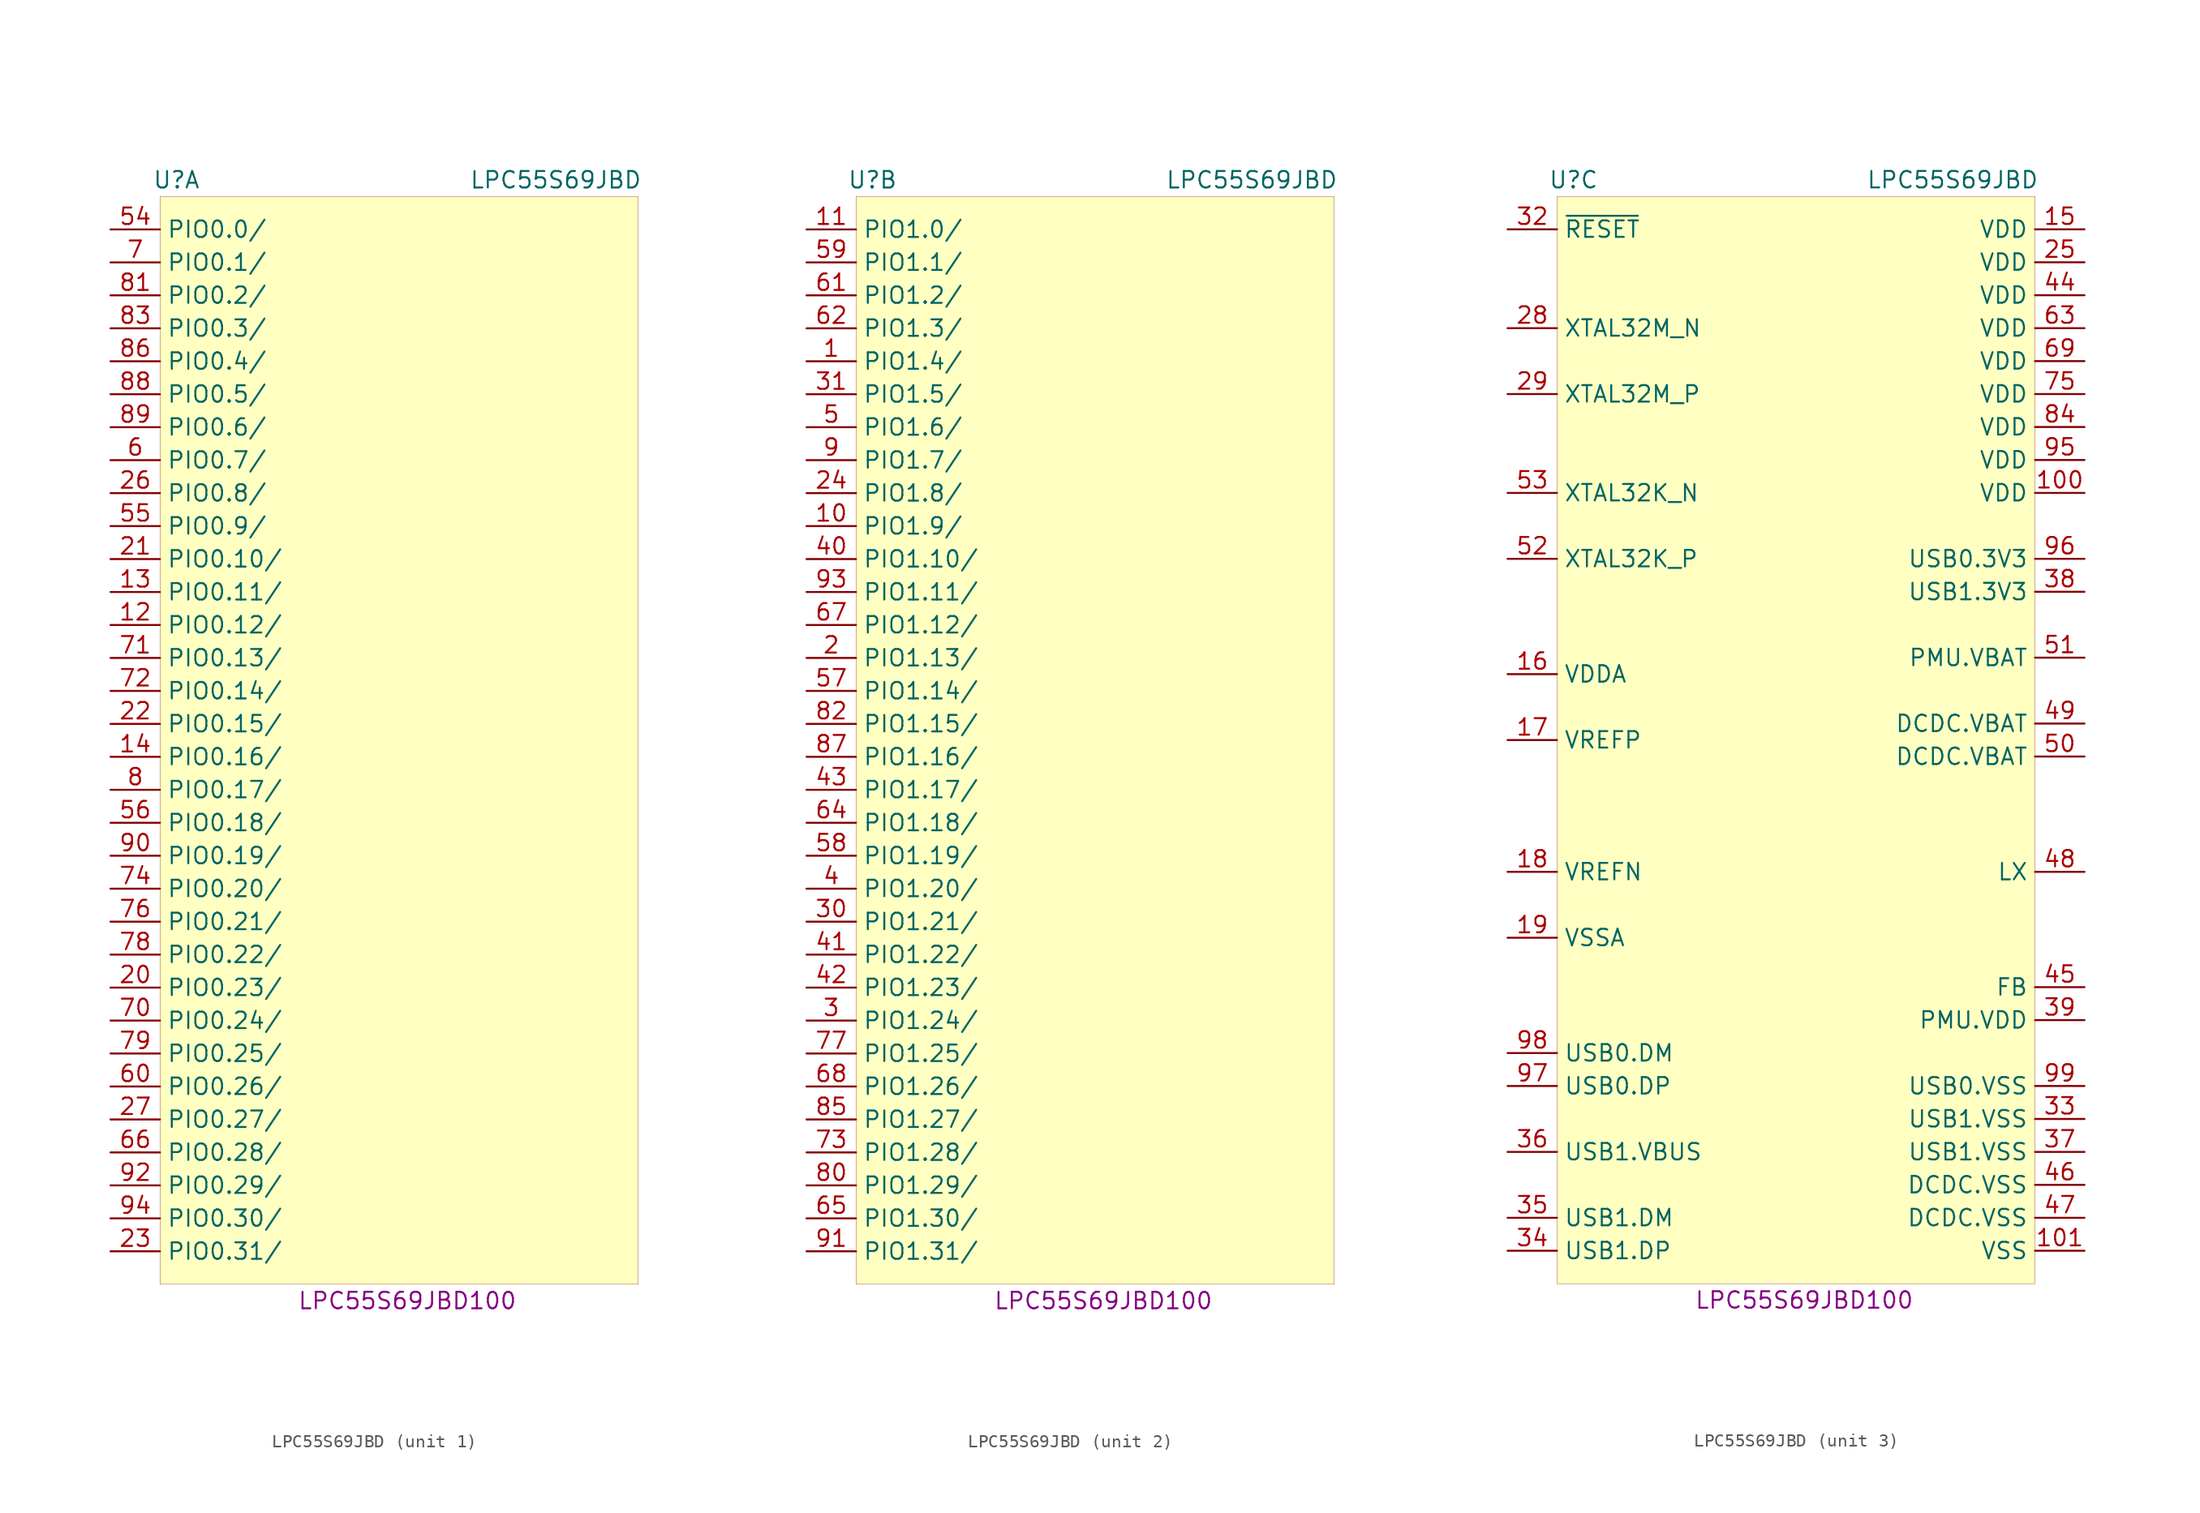
<source format=kicad_sym>
(kicad_symbol_lib
  (version 20231120)
  (generator "kicad_symbol_editor")
  (generator_version "8.0")
  (symbol "LPC55S69JBD"
    (property "Reference" "U"
      (at -17.78 43.18 0)
      (effects (font (size 1.27 1.27))))
    (property "Value" "LPC55S69JBD"
      (at 11.43 43.18 0)
      (effects (font (size 1.27 1.27))))
    (property "MPN" "LPC55S69JBD100"
      (at 0 -43.18 0)
      (effects (font (size 1.27 1.27))))
    (property "ki_locked" ""
      (at 0 0 0)
      (effects (font (size 1.27 1.27))))
    (symbol "LPC55S69JBD_1_1"
      (rectangle (start -19.05 41.91) (end 17.78 -41.91) (stroke (width 0.001) (type default)) (fill (type background)))
      (pin bidirectional line (at -22.86 8.89 0) (length 3.81) (name "PIO0.12/" (effects (font (size 1.27 1.27)))) (number "12" (effects (font (size 1.27 1.27)))))
      (pin bidirectional line (at -22.86 11.43 0) (length 3.81) (name "PIO0.11/" (effects (font (size 1.27 1.27)))) (number "13" (effects (font (size 1.27 1.27)))))
      (pin bidirectional line (at -22.86 -1.27 0) (length 3.81) (name "PIO0.16/" (effects (font (size 1.27 1.27)))) (number "14" (effects (font (size 1.27 1.27)))))
      (pin bidirectional line (at -22.86 -19.05 0) (length 3.81) (name "PIO0.23/" (effects (font (size 1.27 1.27)))) (number "20" (effects (font (size 1.27 1.27)))))
      (pin bidirectional line (at -22.86 13.97 0) (length 3.81) (name "PIO0.10/" (effects (font (size 1.27 1.27)))) (number "21" (effects (font (size 1.27 1.27)))))
      (pin bidirectional line (at -22.86 1.27 0) (length 3.81) (name "PIO0.15/" (effects (font (size 1.27 1.27)))) (number "22" (effects (font (size 1.27 1.27)))))
      (pin bidirectional line (at -22.86 -39.37 0) (length 3.81) (name "PIO0.31/" (effects (font (size 1.27 1.27)))) (number "23" (effects (font (size 1.27 1.27)))))
      (pin bidirectional line (at -22.86 19.05 0) (length 3.81) (name "PIO0.8/" (effects (font (size 1.27 1.27)))) (number "26" (effects (font (size 1.27 1.27)))))
      (pin bidirectional line (at -22.86 -29.21 0) (length 3.81) (name "PIO0.27/" (effects (font (size 1.27 1.27)))) (number "27" (effects (font (size 1.27 1.27)))))
      (pin bidirectional line (at -22.86 39.37 0) (length 3.81) (name "PIO0.0/" (effects (font (size 1.27 1.27)))) (number "54" (effects (font (size 1.27 1.27)))))
      (pin bidirectional line (at -22.86 16.51 0) (length 3.81) (name "PIO0.9/" (effects (font (size 1.27 1.27)))) (number "55" (effects (font (size 1.27 1.27)))))
      (pin bidirectional line (at -22.86 -6.35 0) (length 3.81) (name "PIO0.18/" (effects (font (size 1.27 1.27)))) (number "56" (effects (font (size 1.27 1.27)))))
      (pin bidirectional line (at -22.86 21.59 0) (length 3.81) (name "PIO0.7/" (effects (font (size 1.27 1.27)))) (number "6" (effects (font (size 1.27 1.27)))))
      (pin bidirectional line (at -22.86 -26.67 0) (length 3.81) (name "PIO0.26/" (effects (font (size 1.27 1.27)))) (number "60" (effects (font (size 1.27 1.27)))))
      (pin bidirectional line (at -22.86 -31.75 0) (length 3.81) (name "PIO0.28/" (effects (font (size 1.27 1.27)))) (number "66" (effects (font (size 1.27 1.27)))))
      (pin bidirectional line (at -22.86 36.83 0) (length 3.81) (name "PIO0.1/" (effects (font (size 1.27 1.27)))) (number "7" (effects (font (size 1.27 1.27)))))
      (pin bidirectional line (at -22.86 -21.59 0) (length 3.81) (name "PIO0.24/" (effects (font (size 1.27 1.27)))) (number "70" (effects (font (size 1.27 1.27)))))
      (pin bidirectional line (at -22.86 6.35 0) (length 3.81) (name "PIO0.13/" (effects (font (size 1.27 1.27)))) (number "71" (effects (font (size 1.27 1.27)))))
      (pin bidirectional line (at -22.86 3.81 0) (length 3.81) (name "PIO0.14/" (effects (font (size 1.27 1.27)))) (number "72" (effects (font (size 1.27 1.27)))))
      (pin bidirectional line (at -22.86 -11.43 0) (length 3.81) (name "PIO0.20/" (effects (font (size 1.27 1.27)))) (number "74" (effects (font (size 1.27 1.27)))))
      (pin bidirectional line (at -22.86 -13.97 0) (length 3.81) (name "PIO0.21/" (effects (font (size 1.27 1.27)))) (number "76" (effects (font (size 1.27 1.27)))))
      (pin bidirectional line (at -22.86 -16.51 0) (length 3.81) (name "PIO0.22/" (effects (font (size 1.27 1.27)))) (number "78" (effects (font (size 1.27 1.27)))))
      (pin bidirectional line (at -22.86 -24.13 0) (length 3.81) (name "PIO0.25/" (effects (font (size 1.27 1.27)))) (number "79" (effects (font (size 1.27 1.27)))))
      (pin bidirectional line (at -22.86 -3.81 0) (length 3.81) (name "PIO0.17/" (effects (font (size 1.27 1.27)))) (number "8" (effects (font (size 1.27 1.27)))))
      (pin bidirectional line (at -22.86 34.29 0) (length 3.81) (name "PIO0.2/" (effects (font (size 1.27 1.27)))) (number "81" (effects (font (size 1.27 1.27)))))
      (pin bidirectional line (at -22.86 31.75 0) (length 3.81) (name "PIO0.3/" (effects (font (size 1.27 1.27)))) (number "83" (effects (font (size 1.27 1.27)))))
      (pin bidirectional line (at -22.86 29.21 0) (length 3.81) (name "PIO0.4/" (effects (font (size 1.27 1.27)))) (number "86" (effects (font (size 1.27 1.27)))))
      (pin bidirectional line (at -22.86 26.67 0) (length 3.81) (name "PIO0.5/" (effects (font (size 1.27 1.27)))) (number "88" (effects (font (size 1.27 1.27)))))
      (pin bidirectional line (at -22.86 24.13 0) (length 3.81) (name "PIO0.6/" (effects (font (size 1.27 1.27)))) (number "89" (effects (font (size 1.27 1.27)))))
      (pin bidirectional line (at -22.86 -8.89 0) (length 3.81) (name "PIO0.19/" (effects (font (size 1.27 1.27)))) (number "90" (effects (font (size 1.27 1.27)))))
      (pin bidirectional line (at -22.86 -34.29 0) (length 3.81) (name "PIO0.29/" (effects (font (size 1.27 1.27)))) (number "92" (effects (font (size 1.27 1.27)))))
      (pin bidirectional line (at -22.86 -36.83 0) (length 3.81) (name "PIO0.30/" (effects (font (size 1.27 1.27)))) (number "94" (effects (font (size 1.27 1.27))))))
    (symbol "LPC55S69JBD_2_1"
      (rectangle (start -19.05 41.91) (end 17.78 -41.91) (stroke (width 0.001) (type default)) (fill (type background)))
      (pin bidirectional line (at -22.86 29.21 0) (length 3.81) (name "PIO1.4/" (effects (font (size 1.27 1.27)))) (number "1" (effects (font (size 1.27 1.27)))))
      (pin bidirectional line (at -22.86 16.51 0) (length 3.81) (name "PIO1.9/" (effects (font (size 1.27 1.27)))) (number "10" (effects (font (size 1.27 1.27)))))
      (pin bidirectional line (at -22.86 39.37 0) (length 3.81) (name "PIO1.0/" (effects (font (size 1.27 1.27)))) (number "11" (effects (font (size 1.27 1.27)))))
      (pin bidirectional line (at -22.86 6.35 0) (length 3.81) (name "PIO1.13/" (effects (font (size 1.27 1.27)))) (number "2" (effects (font (size 1.27 1.27)))))
      (pin bidirectional line (at -22.86 19.05 0) (length 3.81) (name "PIO1.8/" (effects (font (size 1.27 1.27)))) (number "24" (effects (font (size 1.27 1.27)))))
      (pin bidirectional line (at -22.86 -21.59 0) (length 3.81) (name "PIO1.24/" (effects (font (size 1.27 1.27)))) (number "3" (effects (font (size 1.27 1.27)))))
      (pin bidirectional line (at -22.86 -13.97 0) (length 3.81) (name "PIO1.21/" (effects (font (size 1.27 1.27)))) (number "30" (effects (font (size 1.27 1.27)))))
      (pin bidirectional line (at -22.86 26.67 0) (length 3.81) (name "PIO1.5/" (effects (font (size 1.27 1.27)))) (number "31" (effects (font (size 1.27 1.27)))))
      (pin bidirectional line (at -22.86 -11.43 0) (length 3.81) (name "PIO1.20/" (effects (font (size 1.27 1.27)))) (number "4" (effects (font (size 1.27 1.27)))))
      (pin bidirectional line (at -22.86 13.97 0) (length 3.81) (name "PIO1.10/" (effects (font (size 1.27 1.27)))) (number "40" (effects (font (size 1.27 1.27)))))
      (pin bidirectional line (at -22.86 -16.51 0) (length 3.81) (name "PIO1.22/" (effects (font (size 1.27 1.27)))) (number "41" (effects (font (size 1.27 1.27)))))
      (pin bidirectional line (at -22.86 -19.05 0) (length 3.81) (name "PIO1.23/" (effects (font (size 1.27 1.27)))) (number "42" (effects (font (size 1.27 1.27)))))
      (pin bidirectional line (at -22.86 -3.81 0) (length 3.81) (name "PIO1.17/" (effects (font (size 1.27 1.27)))) (number "43" (effects (font (size 1.27 1.27)))))
      (pin bidirectional line (at -22.86 24.13 0) (length 3.81) (name "PIO1.6/" (effects (font (size 1.27 1.27)))) (number "5" (effects (font (size 1.27 1.27)))))
      (pin bidirectional line (at -22.86 3.81 0) (length 3.81) (name "PIO1.14/" (effects (font (size 1.27 1.27)))) (number "57" (effects (font (size 1.27 1.27)))))
      (pin bidirectional line (at -22.86 -8.89 0) (length 3.81) (name "PIO1.19/" (effects (font (size 1.27 1.27)))) (number "58" (effects (font (size 1.27 1.27)))))
      (pin bidirectional line (at -22.86 36.83 0) (length 3.81) (name "PIO1.1/" (effects (font (size 1.27 1.27)))) (number "59" (effects (font (size 1.27 1.27)))))
      (pin bidirectional line (at -22.86 34.29 0) (length 3.81) (name "PIO1.2/" (effects (font (size 1.27 1.27)))) (number "61" (effects (font (size 1.27 1.27)))))
      (pin bidirectional line (at -22.86 31.75 0) (length 3.81) (name "PIO1.3/" (effects (font (size 1.27 1.27)))) (number "62" (effects (font (size 1.27 1.27)))))
      (pin bidirectional line (at -22.86 -6.35 0) (length 3.81) (name "PIO1.18/" (effects (font (size 1.27 1.27)))) (number "64" (effects (font (size 1.27 1.27)))))
      (pin bidirectional line (at -22.86 -36.83 0) (length 3.81) (name "PIO1.30/" (effects (font (size 1.27 1.27)))) (number "65" (effects (font (size 1.27 1.27)))))
      (pin bidirectional line (at -22.86 8.89 0) (length 3.81) (name "PIO1.12/" (effects (font (size 1.27 1.27)))) (number "67" (effects (font (size 1.27 1.27)))))
      (pin bidirectional line (at -22.86 -26.67 0) (length 3.81) (name "PIO1.26/" (effects (font (size 1.27 1.27)))) (number "68" (effects (font (size 1.27 1.27)))))
      (pin bidirectional line (at -22.86 -31.75 0) (length 3.81) (name "PIO1.28/" (effects (font (size 1.27 1.27)))) (number "73" (effects (font (size 1.27 1.27)))))
      (pin bidirectional line (at -22.86 -24.13 0) (length 3.81) (name "PIO1.25/" (effects (font (size 1.27 1.27)))) (number "77" (effects (font (size 1.27 1.27)))))
      (pin bidirectional line (at -22.86 -34.29 0) (length 3.81) (name "PIO1.29/" (effects (font (size 1.27 1.27)))) (number "80" (effects (font (size 1.27 1.27)))))
      (pin bidirectional line (at -22.86 1.27 0) (length 3.81) (name "PIO1.15/" (effects (font (size 1.27 1.27)))) (number "82" (effects (font (size 1.27 1.27)))))
      (pin bidirectional line (at -22.86 -29.21 0) (length 3.81) (name "PIO1.27/" (effects (font (size 1.27 1.27)))) (number "85" (effects (font (size 1.27 1.27)))))
      (pin bidirectional line (at -22.86 -1.27 0) (length 3.81) (name "PIO1.16/" (effects (font (size 1.27 1.27)))) (number "87" (effects (font (size 1.27 1.27)))))
      (pin bidirectional line (at -22.86 21.59 0) (length 3.81) (name "PIO1.7/" (effects (font (size 1.27 1.27)))) (number "9" (effects (font (size 1.27 1.27)))))
      (pin bidirectional line (at -22.86 -39.37 0) (length 3.81) (name "PIO1.31/" (effects (font (size 1.27 1.27)))) (number "91" (effects (font (size 1.27 1.27)))))
      (pin bidirectional line (at -22.86 11.43 0) (length 3.81) (name "PIO1.11/" (effects (font (size 1.27 1.27)))) (number "93" (effects (font (size 1.27 1.27))))))
    (symbol "LPC55S69JBD_3_1"
      (rectangle (start -19.05 41.91) (end 17.78 -41.91) (stroke (width 0.001) (type default)) (fill (type background)))
      (pin power_in line (at 21.59 19.05 180) (length 3.81) (name "VDD" (effects (font (size 1.27 1.27)))) (number "100" (effects (font (size 1.27 1.27)))))
      (pin power_in line (at 21.59 -39.37 180) (length 3.81) (name "VSS" (effects (font (size 1.27 1.27)))) (number "101" (effects (font (size 1.27 1.27)))))
      (pin power_in line (at 21.59 39.37 180) (length 3.81) (name "VDD" (effects (font (size 1.27 1.27)))) (number "15" (effects (font (size 1.27 1.27)))))
      (pin power_in line (at -22.86 5.08 0) (length 3.81) (name "VDDA" (effects (font (size 1.27 1.27)))) (number "16" (effects (font (size 1.27 1.27)))))
      (pin passive line (at -22.86 0 0) (length 3.81) (name "VREFP" (effects (font (size 1.27 1.27)))) (number "17" (effects (font (size 1.27 1.27)))))
      (pin passive line (at -22.86 -10.16 0) (length 3.81) (name "VREFN" (effects (font (size 1.27 1.27)))) (number "18" (effects (font (size 1.27 1.27)))))
      (pin passive line (at -22.86 -15.24 0) (length 3.81) (name "VSSA" (effects (font (size 1.27 1.27)))) (number "19" (effects (font (size 1.27 1.27)))))
      (pin power_in line (at 21.59 36.83 180) (length 3.81) (name "VDD" (effects (font (size 1.27 1.27)))) (number "25" (effects (font (size 1.27 1.27)))))
      (pin output line (at -22.86 31.75 0) (length 3.81) (name "XTAL32M_N" (effects (font (size 1.27 1.27)))) (number "28" (effects (font (size 1.27 1.27)))))
      (pin input line (at -22.86 26.67 0) (length 3.81) (name "XTAL32M_P" (effects (font (size 1.27 1.27)))) (number "29" (effects (font (size 1.27 1.27)))))
      (pin input line (at -22.86 39.37 0) (length 3.81) (name "~{RESET}" (effects (font (size 1.27 1.27)))) (number "32" (effects (font (size 1.27 1.27)))))
      (pin power_in line (at 21.59 -29.21 180) (length 3.81) (name "USB1.VSS" (effects (font (size 1.27 1.27)))) (number "33" (effects (font (size 1.27 1.27)))))
      (pin bidirectional line (at -22.86 -39.37 0) (length 3.81) (name "USB1.DP" (effects (font (size 1.27 1.27)))) (number "34" (effects (font (size 1.27 1.27)))))
      (pin bidirectional line (at -22.86 -36.83 0) (length 3.81) (name "USB1.DM" (effects (font (size 1.27 1.27)))) (number "35" (effects (font (size 1.27 1.27)))))
      (pin bidirectional line (at -22.86 -31.75 0) (length 3.81) (name "USB1.VBUS" (effects (font (size 1.27 1.27)))) (number "36" (effects (font (size 1.27 1.27)))))
      (pin power_in line (at 21.59 -31.75 180) (length 3.81) (name "USB1.VSS" (effects (font (size 1.27 1.27)))) (number "37" (effects (font (size 1.27 1.27)))))
      (pin power_in line (at 21.59 11.43 180) (length 3.81) (name "USB1.3V3" (effects (font (size 1.27 1.27)))) (number "38" (effects (font (size 1.27 1.27)))))
      (pin power_in line (at 21.59 -21.59 180) (length 3.81) (name "PMU.VDD" (effects (font (size 1.27 1.27)))) (number "39" (effects (font (size 1.27 1.27)))))
      (pin power_in line (at 21.59 34.29 180) (length 3.81) (name "VDD" (effects (font (size 1.27 1.27)))) (number "44" (effects (font (size 1.27 1.27)))))
      (pin passive line (at 21.59 -19.05 180) (length 3.81) (name "FB" (effects (font (size 1.27 1.27)))) (number "45" (effects (font (size 1.27 1.27)))))
      (pin power_in line (at 21.59 -34.29 180) (length 3.81) (name "DCDC.VSS" (effects (font (size 1.27 1.27)))) (number "46" (effects (font (size 1.27 1.27)))))
      (pin power_in line (at 21.59 -36.83 180) (length 3.81) (name "DCDC.VSS" (effects (font (size 1.27 1.27)))) (number "47" (effects (font (size 1.27 1.27)))))
      (pin power_out line (at 21.59 -10.16 180) (length 3.81) (name "LX" (effects (font (size 1.27 1.27)))) (number "48" (effects (font (size 1.27 1.27)))))
      (pin power_in line (at 21.59 1.27 180) (length 3.81) (name "DCDC.VBAT" (effects (font (size 1.27 1.27)))) (number "49" (effects (font (size 1.27 1.27)))))
      (pin power_in line (at 21.59 -1.27 180) (length 3.81) (name "DCDC.VBAT" (effects (font (size 1.27 1.27)))) (number "50" (effects (font (size 1.27 1.27)))))
      (pin power_in line (at 21.59 6.35 180) (length 3.81) (name "PMU.VBAT" (effects (font (size 1.27 1.27)))) (number "51" (effects (font (size 1.27 1.27)))))
      (pin input line (at -22.86 13.97 0) (length 3.81) (name "XTAL32K_P" (effects (font (size 1.27 1.27)))) (number "52" (effects (font (size 1.27 1.27)))))
      (pin output line (at -22.86 19.05 0) (length 3.81) (name "XTAL32K_N" (effects (font (size 1.27 1.27)))) (number "53" (effects (font (size 1.27 1.27)))))
      (pin power_in line (at 21.59 31.75 180) (length 3.81) (name "VDD" (effects (font (size 1.27 1.27)))) (number "63" (effects (font (size 1.27 1.27)))))
      (pin power_in line (at 21.59 29.21 180) (length 3.81) (name "VDD" (effects (font (size 1.27 1.27)))) (number "69" (effects (font (size 1.27 1.27)))))
      (pin power_in line (at 21.59 26.67 180) (length 3.81) (name "VDD" (effects (font (size 1.27 1.27)))) (number "75" (effects (font (size 1.27 1.27)))))
      (pin power_in line (at 21.59 24.13 180) (length 3.81) (name "VDD" (effects (font (size 1.27 1.27)))) (number "84" (effects (font (size 1.27 1.27)))))
      (pin power_in line (at 21.59 21.59 180) (length 3.81) (name "VDD" (effects (font (size 1.27 1.27)))) (number "95" (effects (font (size 1.27 1.27)))))
      (pin power_in line (at 21.59 13.97 180) (length 3.81) (name "USB0.3V3" (effects (font (size 1.27 1.27)))) (number "96" (effects (font (size 1.27 1.27)))))
      (pin bidirectional line (at -22.86 -26.67 0) (length 3.81) (name "USB0.DP" (effects (font (size 1.27 1.27)))) (number "97" (effects (font (size 1.27 1.27)))))
      (pin bidirectional line (at -22.86 -24.13 0) (length 3.81) (name "USB0.DM" (effects (font (size 1.27 1.27)))) (number "98" (effects (font (size 1.27 1.27)))))
      (pin bidirectional line (at 21.59 -26.67 180) (length 3.81) (name "USB0.VSS" (effects (font (size 1.27 1.27)))) (number "99" (effects (font (size 1.27 1.27))))))))
</source>
